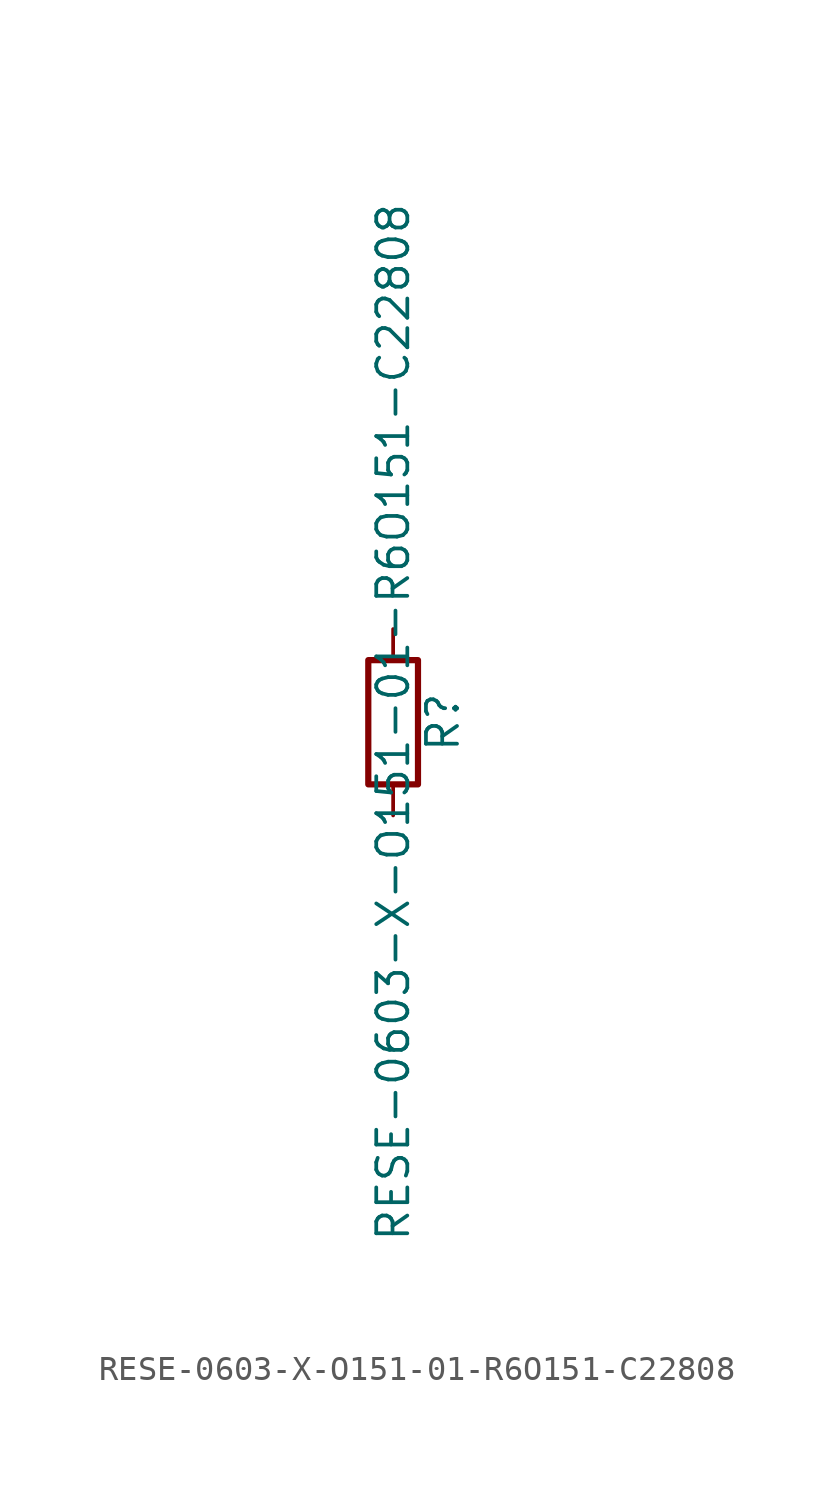
<source format=kicad_sym>
(kicad_symbol_lib
  (version 20211014)
  (generator kicad_symbol_editor)
  (symbol "RESE-0603-X-O151-01-R6O151-C22808"
    (pin_numbers hide)
    (pin_names
      (offset 0))
    (property "Reference" "R"
      (at 2.032 0 90)
      (effects (font (size 1.27 1.27))))
    (property "Value" "RESE-0603-X-O151-01-R6O151-C22808"
      (at 0 0 90)
      (effects (font (size 1.27 1.27))))
    (symbol "RESE-0603-X-O151-01-R6O151-C22808_0_1"
      (rectangle (start -1.016 -2.54) (end 1.016 2.54) (stroke (width 0.254) (type default) (color 0 0 0 0)) (fill (type none))))
    (symbol "RESE-0603-X-O151-01-R6O151-C22808_1_1"
      (pin passive line (at 0 3.81 270) (length 1.27) (name "~" (effects (font (size 1.27 1.27)))) (number "1" (effects (font (size 1.27 1.27)))))
      (pin passive line (at 0 -3.81 90) (length 1.27) (name "~" (effects (font (size 1.27 1.27)))) (number "2" (effects (font (size 1.27 1.27))))))))
</source>
